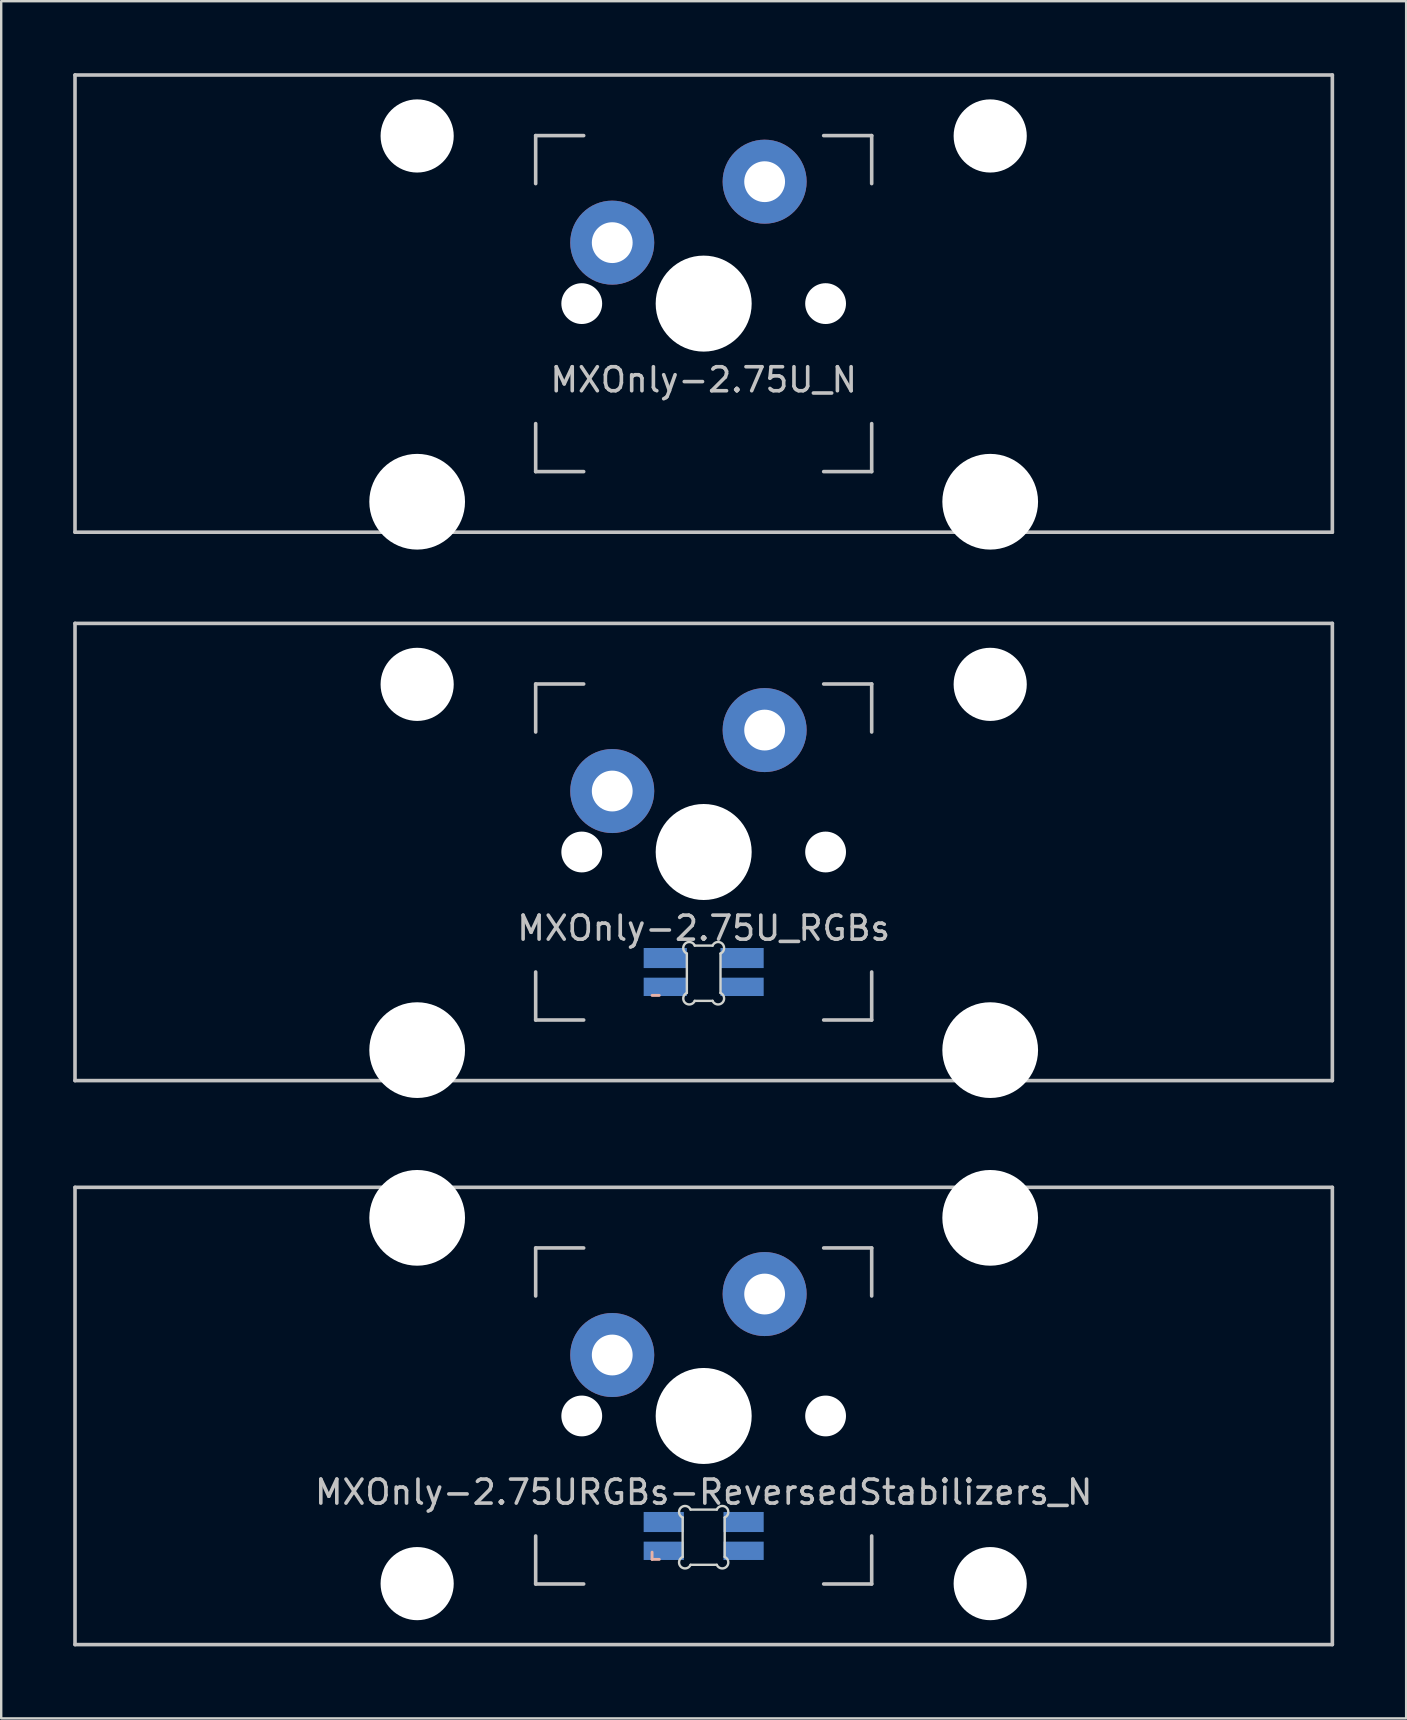
<source format=kicad_pcb>
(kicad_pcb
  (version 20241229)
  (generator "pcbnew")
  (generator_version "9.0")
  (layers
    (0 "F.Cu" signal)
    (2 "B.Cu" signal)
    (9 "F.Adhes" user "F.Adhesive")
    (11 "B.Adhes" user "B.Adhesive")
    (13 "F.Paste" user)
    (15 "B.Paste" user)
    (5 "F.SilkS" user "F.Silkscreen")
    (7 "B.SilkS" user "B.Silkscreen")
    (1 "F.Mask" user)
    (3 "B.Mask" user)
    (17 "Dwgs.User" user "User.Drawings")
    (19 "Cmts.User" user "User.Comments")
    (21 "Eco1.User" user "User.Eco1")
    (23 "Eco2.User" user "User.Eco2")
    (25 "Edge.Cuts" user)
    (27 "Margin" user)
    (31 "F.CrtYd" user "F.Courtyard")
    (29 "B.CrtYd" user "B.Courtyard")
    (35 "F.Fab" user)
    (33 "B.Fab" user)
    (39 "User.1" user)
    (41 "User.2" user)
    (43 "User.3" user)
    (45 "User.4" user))
  (footprint "MXOnly-2.75U_N"
    (layer "F.Cu")
    (at 26.269 9.6)
    (property "Reference" "MXOnly-2.75U_N" (at 0 3.175 0) (layer "Dwgs.User") (effects (font (size 1 1) (thickness 0.15))))
    (attr through_hole)
    (fp_line (start -26.194 -9.525) (end 26.194 -9.525) (stroke (width 0.15) (type solid)) (layer "Dwgs.User"))
    (fp_line (start -26.194 9.525) (end -26.194 -9.525) (stroke (width 0.15) (type solid)) (layer "Dwgs.User"))
    (fp_line (start -26.194 9.525) (end 26.194 9.525) (stroke (width 0.15) (type solid)) (layer "Dwgs.User"))
    (fp_line (start -7 -7) (end -7 -5) (stroke (width 0.15) (type solid)) (layer "Dwgs.User"))
    (fp_line (start -7 5) (end -7 7) (stroke (width 0.15) (type solid)) (layer "Dwgs.User"))
    (fp_line (start -7 7) (end -5 7) (stroke (width 0.15) (type solid)) (layer "Dwgs.User"))
    (fp_line (start -5 -7) (end -7 -7) (stroke (width 0.15) (type solid)) (layer "Dwgs.User"))
    (fp_line (start 5 -7) (end 7 -7) (stroke (width 0.15) (type solid)) (layer "Dwgs.User"))
    (fp_line (start 5 7) (end 7 7) (stroke (width 0.15) (type solid)) (layer "Dwgs.User"))
    (fp_line (start 7 -7) (end 7 -5) (stroke (width 0.15) (type solid)) (layer "Dwgs.User"))
    (fp_line (start 7 7) (end 7 5) (stroke (width 0.15) (type solid)) (layer "Dwgs.User"))
    (fp_line (start 26.194 -9.525) (end 26.194 9.525) (stroke (width 0.15) (type solid)) (layer "Dwgs.User"))
    (pad "" np_thru_hole circle (at -11.938 -6.985) (size 3.048 3.048) (drill 3.048) (layers "*.Cu" "*.Mask"))
    (pad "" np_thru_hole circle (at -11.938 8.255) (size 3.988 3.988) (drill 3.988) (layers "*.Cu" "*.Mask"))
    (pad "" np_thru_hole circle (at -5.08 0 48.099) (size 1.7 1.7) (drill 1.7) (layers "*.Cu" "*.Mask"))
    (pad "" smd circle (at -3.81 -2.55) (size 2.5 2.5) (layers "B.Mask"))
    (pad "" np_thru_hole circle (at 0 0) (size 4 4) (drill 4) (layers "*.Cu" "*.Mask"))
    (pad "" smd circle (at 2.54 -5.08) (size 2.5 2.5) (layers "B.Mask"))
    (pad "" np_thru_hole circle (at 5.08 0 48.099) (size 1.7 1.7) (drill 1.7) (layers "*.Cu" "*.Mask"))
    (pad "" np_thru_hole circle (at 11.938 -6.985) (size 3.048 3.048) (drill 3.048) (layers "*.Cu" "*.Mask"))
    (pad "" np_thru_hole circle (at 11.938 8.255) (size 3.988 3.988) (drill 3.988) (layers "*.Cu" "*.Mask"))
    (pad "1" thru_hole circle (at -3.81 -2.54) (size 3.5 3.5) (drill 1.7) (layers "*.Cu"))
    (pad "2" thru_hole circle (at 2.54 -5.08) (size 3.5 3.5) (drill 1.7) (layers "*.Cu")))
  (footprint "MXOnly-2.75U_RGBs"
    (layer "F.Cu")
    (at 26.269 32.449)
    (property "Reference" "MXOnly-2.75U_RGBs" (at 0 3.175 0) (layer "Dwgs.User") (effects (font (size 1 1) (thickness 0.15))))
    (attr through_hole)
    (fp_line (start -2.15 5.975) (end -1.85 5.975) (stroke (width 0.12) (type solid)) (layer "B.SilkS"))
    (fp_line (start -26.194 -9.525) (end 26.194 -9.525) (stroke (width 0.15) (type solid)) (layer "Dwgs.User"))
    (fp_line (start -26.194 9.525) (end -26.194 -9.525) (stroke (width 0.15) (type solid)) (layer "Dwgs.User"))
    (fp_line (start -26.194 9.525) (end 26.194 9.525) (stroke (width 0.15) (type solid)) (layer "Dwgs.User"))
    (fp_line (start -7 -7) (end -7 -5) (stroke (width 0.15) (type solid)) (layer "Dwgs.User"))
    (fp_line (start -7 5) (end -7 7) (stroke (width 0.15) (type solid)) (layer "Dwgs.User"))
    (fp_line (start -7 7) (end -5 7) (stroke (width 0.15) (type solid)) (layer "Dwgs.User"))
    (fp_line (start -5 -7) (end -7 -7) (stroke (width 0.15) (type solid)) (layer "Dwgs.User"))
    (fp_line (start 5 -7) (end 7 -7) (stroke (width 0.15) (type solid)) (layer "Dwgs.User"))
    (fp_line (start 5 7) (end 7 7) (stroke (width 0.15) (type solid)) (layer "Dwgs.User"))
    (fp_line (start 7 -7) (end 7 -5) (stroke (width 0.15) (type solid)) (layer "Dwgs.User"))
    (fp_line (start 7 7) (end 7 5) (stroke (width 0.15) (type solid)) (layer "Dwgs.User"))
    (fp_line (start 26.194 -9.525) (end 26.194 9.525) (stroke (width 0.15) (type solid)) (layer "Dwgs.User"))
    (fp_line (start -0.701 5.873) (end -0.701 4.229) (stroke (width 0.1) (type solid)) (layer "Edge.Cuts"))
    (fp_line (start -0.372 3.9) (end 0.372 3.9) (stroke (width 0.1) (type solid)) (layer "Edge.Cuts"))
    (fp_line (start 0.372 6.202) (end -0.372 6.202) (stroke (width 0.1) (type solid)) (layer "Edge.Cuts"))
    (fp_line (start 0.701 4.229) (end 0.701 5.873) (stroke (width 0.1) (type solid)) (layer "Edge.Cuts"))
    (fp_arc (start -0.701007 4.229129) (mid -0.777791 3.823216) (end -0.371878 3.9) (stroke (width 0.1) (type solid)) (layer "Edge.Cuts"))
    (fp_arc (start -0.371878 6.202013) (mid -0.777748 6.278754) (end -0.701007 5.872884) (stroke (width 0.1) (type solid)) (layer "Edge.Cuts"))
    (fp_arc (start 0.371877 3.9) (mid 0.777804 3.823208) (end 0.701006 4.229129) (stroke (width 0.1) (type solid)) (layer "Edge.Cuts"))
    (fp_arc (start 0.701006 5.872884) (mid 0.777758 6.278765) (end 0.371877 6.202013) (stroke (width 0.1) (type solid)) (layer "Edge.Cuts"))
    (pad "" np_thru_hole circle (at -11.938 -6.985) (size 3.048 3.048) (drill 3.048) (layers "*.Cu" "*.Mask"))
    (pad "" np_thru_hole circle (at -11.938 8.255) (size 3.988 3.988) (drill 3.988) (layers "*.Cu" "*.Mask"))
    (pad "" np_thru_hole circle (at -5.08 0 48.099) (size 1.7 1.7) (drill 1.7) (layers "*.Cu" "*.Mask"))
    (pad "" smd circle (at -3.81 -2.55) (size 2.5 2.5) (layers "B.Mask"))
    (pad "" np_thru_hole circle (at 0 0) (size 4 4) (drill 4) (layers "*.Cu" "*.Mask"))
    (pad "" smd circle (at 2.54 -5.08) (size 2.5 2.5) (layers "B.Mask"))
    (pad "" np_thru_hole circle (at 5.08 0 48.099) (size 1.7 1.7) (drill 1.7) (layers "*.Cu" "*.Mask"))
    (pad "" np_thru_hole circle (at 11.938 -6.985) (size 3.048 3.048) (drill 3.048) (layers "*.Cu" "*.Mask"))
    (pad "" np_thru_hole circle (at 11.938 8.255) (size 3.988 3.988) (drill 3.988) (layers "*.Cu" "*.Mask"))
    (pad "1" thru_hole circle (at -3.81 -2.54) (size 3.5 3.5) (drill 1.7) (layers "*.Cu"))
    (pad "2" thru_hole circle (at 2.54 -5.08) (size 3.5 3.5) (drill 1.7) (layers "*.Cu"))
    (pad "3" smd rect (at 1.6 4.418) (size 1.8 0.836) (layers "B.Cu" "B.Mask" "B.Paste"))
    (pad "4" smd rect (at -1.6 4.418) (size 1.8 0.836) (layers "B.Cu" "B.Mask" "B.Paste"))
    (pad "5" smd rect (at 1.6 5.618) (size 1.8 0.764) (layers "B.Cu" "B.Mask" "B.Paste"))
    (pad "6" smd rect (at -1.6 5.618) (size 1.8 0.764) (layers "B.Cu" "B.Mask" "B.Paste")))
  (footprint "MXOnly-2.75URGBs-ReversedStabilizers_N"
    (layer "F.Cu")
    (at 26.269 55.947)
    (property "Reference" "MXOnly-2.75URGBs-ReversedStabilizers_N" (at 0 3.175 0) (layer "Dwgs.User") (effects (font (size 1 1) (thickness 0.15))))
    (attr through_hole)
    (fp_line (start -2.15 5.675) (end -2.15 5.975) (stroke (width 0.12) (type solid)) (layer "B.SilkS"))
    (fp_line (start -2.15 5.975) (end -1.85 5.975) (stroke (width 0.12) (type solid)) (layer "B.SilkS"))
    (fp_line (start -26.194 -9.525) (end 26.194 -9.525) (stroke (width 0.15) (type solid)) (layer "Dwgs.User"))
    (fp_line (start -26.194 9.525) (end -26.194 -9.525) (stroke (width 0.15) (type solid)) (layer "Dwgs.User"))
    (fp_line (start -26.194 9.525) (end 26.194 9.525) (stroke (width 0.15) (type solid)) (layer "Dwgs.User"))
    (fp_line (start -7 -7) (end -7 -5) (stroke (width 0.15) (type solid)) (layer "Dwgs.User"))
    (fp_line (start -7 5) (end -7 7) (stroke (width 0.15) (type solid)) (layer "Dwgs.User"))
    (fp_line (start -7 7) (end -5 7) (stroke (width 0.15) (type solid)) (layer "Dwgs.User"))
    (fp_line (start -5 -7) (end -7 -7) (stroke (width 0.15) (type solid)) (layer "Dwgs.User"))
    (fp_line (start 5 -7) (end 7 -7) (stroke (width 0.15) (type solid)) (layer "Dwgs.User"))
    (fp_line (start 5 7) (end 7 7) (stroke (width 0.15) (type solid)) (layer "Dwgs.User"))
    (fp_line (start 7 -7) (end 7 -5) (stroke (width 0.15) (type solid)) (layer "Dwgs.User"))
    (fp_line (start 7 7) (end 7 5) (stroke (width 0.15) (type solid)) (layer "Dwgs.User"))
    (fp_line (start 26.194 -9.525) (end 26.194 9.525) (stroke (width 0.15) (type solid)) (layer "Dwgs.User"))
    (fp_line (start -0.876 5.873) (end -0.876 4.229) (stroke (width 0.1) (type solid)) (layer "Edge.Cuts"))
    (fp_line (start -0.547 3.9) (end 0.547 3.9) (stroke (width 0.1) (type solid)) (layer "Edge.Cuts"))
    (fp_line (start 0.547 6.202) (end -0.547 6.202) (stroke (width 0.1) (type solid)) (layer "Edge.Cuts"))
    (fp_line (start 0.876 4.229) (end 0.876 5.873) (stroke (width 0.1) (type solid)) (layer "Edge.Cuts"))
    (fp_arc (start -0.876007 4.229129) (mid -0.95279 3.823216) (end -0.546878 3.9) (stroke (width 0.1) (type solid)) (layer "Edge.Cuts"))
    (fp_arc (start -0.546878 6.202013) (mid -0.952749 6.278753) (end -0.876007 5.872884) (stroke (width 0.1) (type solid)) (layer "Edge.Cuts"))
    (fp_arc (start 0.546877 3.9) (mid 0.9528 3.823208) (end 0.876006 4.229129) (stroke (width 0.1) (type solid)) (layer "Edge.Cuts"))
    (fp_arc (start 0.876006 5.872884) (mid 0.952757 6.278766) (end 0.546877 6.202013) (stroke (width 0.1) (type solid)) (layer "Edge.Cuts"))
    (pad "" np_thru_hole circle (at -11.938 -8.255) (size 3.988 3.988) (drill 3.988) (layers "*.Cu" "*.Mask"))
    (pad "" np_thru_hole circle (at -11.938 6.985) (size 3.048 3.048) (drill 3.048) (layers "*.Cu" "*.Mask"))
    (pad "" np_thru_hole circle (at -5.08 0 48.099) (size 1.7 1.7) (drill 1.7) (layers "*.Cu" "*.Mask"))
    (pad "" smd circle (at -3.81 -2.55) (size 2.5 2.5) (layers "B.Mask"))
    (pad "" np_thru_hole circle (at 0 0) (size 4 4) (drill 4) (layers "*.Cu" "*.Mask"))
    (pad "" smd circle (at 2.54 -5.08) (size 2.5 2.5) (layers "B.Mask"))
    (pad "" np_thru_hole circle (at 5.08 0 48.099) (size 1.7 1.7) (drill 1.7) (layers "*.Cu" "*.Mask"))
    (pad "" np_thru_hole circle (at 11.938 -8.255) (size 3.988 3.988) (drill 3.988) (layers "*.Cu" "*.Mask"))
    (pad "" np_thru_hole circle (at 11.938 6.985) (size 3.048 3.048) (drill 3.048) (layers "*.Cu" "*.Mask"))
    (pad "1" thru_hole circle (at -3.81 -2.54) (size 3.5 3.5) (drill 1.7) (layers "*.Cu"))
    (pad "2" thru_hole circle (at 2.54 -5.08) (size 3.5 3.5) (drill 1.7) (layers "*.Cu"))
    (pad "3" smd rect (at 1.663 4.418) (size 1.675 0.836) (layers "B.Cu" "B.Mask" "B.Paste"))
    (pad "4" smd rect (at -1.663 4.418) (size 1.675 0.836) (layers "B.Cu" "B.Mask" "B.Paste"))
    (pad "5" smd rect (at 1.663 5.618) (size 1.675 0.764) (layers "B.Cu" "B.Mask" "B.Paste"))
    (pad "6" smd rect (at -1.663 5.618) (size 1.675 0.764) (layers "B.Cu" "B.Mask" "B.Paste")))
  (gr_rect
    (start -3 -3)
    (end 55.538 68.547)
    (stroke (width 0.1) (type default))
    (fill no)
    (layer "Edge.Cuts")))
</source>
